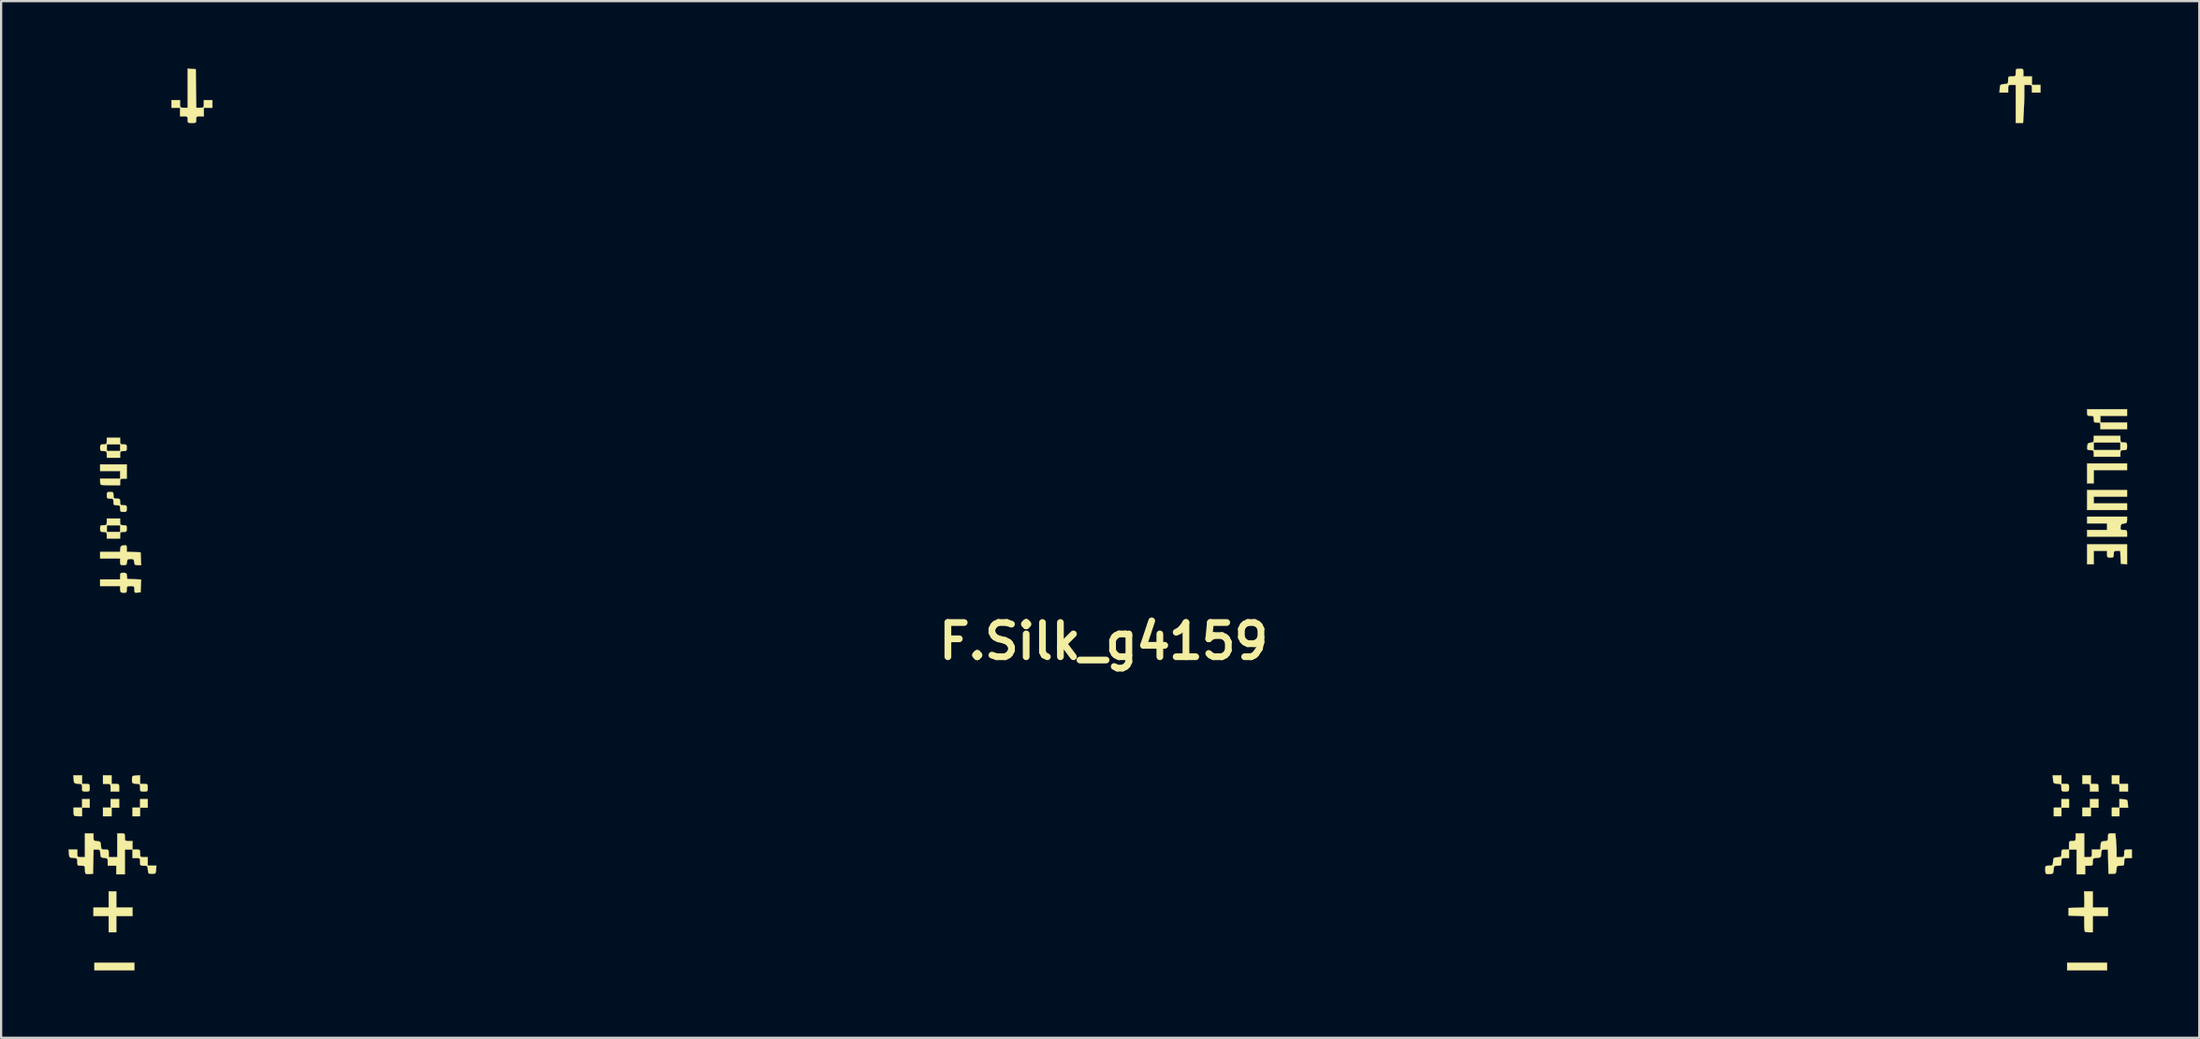
<source format=kicad_pcb>
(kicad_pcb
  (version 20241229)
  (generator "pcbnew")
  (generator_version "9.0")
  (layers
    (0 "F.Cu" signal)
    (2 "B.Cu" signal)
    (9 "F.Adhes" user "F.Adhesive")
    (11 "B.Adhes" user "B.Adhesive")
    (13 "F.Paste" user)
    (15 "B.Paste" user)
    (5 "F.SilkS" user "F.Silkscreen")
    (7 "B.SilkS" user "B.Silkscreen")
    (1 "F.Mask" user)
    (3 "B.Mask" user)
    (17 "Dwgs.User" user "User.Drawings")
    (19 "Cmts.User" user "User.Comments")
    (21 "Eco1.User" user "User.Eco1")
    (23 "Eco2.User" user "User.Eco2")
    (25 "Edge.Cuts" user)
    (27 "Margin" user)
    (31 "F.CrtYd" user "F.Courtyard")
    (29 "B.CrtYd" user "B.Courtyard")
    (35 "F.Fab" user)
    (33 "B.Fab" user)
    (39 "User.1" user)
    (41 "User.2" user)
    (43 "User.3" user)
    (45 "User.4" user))
  (footprint "F.Silk_g4159"
    (layer "F.Cu")
    (at 46.069 25.495)
    (property "Reference" "F.Silk_g4159" (at 0 0 0) (layer "F.SilkS") (effects (font (size 1.524 1.524) (thickness 0.3))))
    (attr through_hole)
    (fp_poly (pts (xy -45.127 7.408) (xy -45.466 7.408) (xy -45.466 7.027) (xy -45.127 7.027) (xy -45.127 7.408)) (stroke (width 0.01) (type solid)) (fill yes) (layer "F.SilkS"))
    (fp_poly (pts (xy -43.138 14.647) (xy -44.916 14.647) (xy -44.916 14.309) (xy -43.138 14.309) (xy -43.138 14.647)) (stroke (width 0.01) (type solid)) (fill yes) (layer "F.SilkS"))
    (fp_poly (pts (xy -42.884 7.789) (xy -43.222 7.789) (xy -43.222 7.408) (xy -42.884 7.408) (xy -42.884 7.789)) (stroke (width 0.01) (type solid)) (fill yes) (layer "F.SilkS"))
    (fp_poly (pts (xy -42.545 7.408) (xy -42.884 7.408) (xy -42.884 7.027) (xy -42.545 7.027) (xy -42.545 7.408)) (stroke (width 0.01) (type solid)) (fill yes) (layer "F.SilkS"))
    (fp_poly (pts (xy 42.63 7.789) (xy 42.291 7.789) (xy 42.291 7.408) (xy 42.63 7.408) (xy 42.63 7.789)) (stroke (width 0.01) (type solid)) (fill yes) (layer "F.SilkS"))
    (fp_poly (pts (xy 42.968 7.408) (xy 42.63 7.408) (xy 42.63 7.027) (xy 42.968 7.027) (xy 42.968 7.408)) (stroke (width 0.01) (type solid)) (fill yes) (layer "F.SilkS"))
    (fp_poly (pts (xy 44.662 14.647) (xy 42.884 14.647) (xy 42.884 14.309) (xy 44.662 14.309) (xy 44.662 14.647)) (stroke (width 0.01) (type solid)) (fill yes) (layer "F.SilkS"))
    (fp_poly (pts (xy 45.212 7.789) (xy 44.873 7.789) (xy 44.873 7.408) (xy 45.212 7.408) (xy 45.212 7.789)) (stroke (width 0.01) (type solid)) (fill yes) (layer "F.SilkS"))
    (fp_poly (pts (xy 45.551 -7.62) (xy 44.069 -7.62) (xy 44.069 -7.027) (xy 43.773 -7.027) (xy 43.773 -7.916) (xy 45.551 -7.916) (xy 45.551 -7.62)) (stroke (width 0.01) (type solid)) (fill yes) (layer "F.SilkS"))
    (fp_poly (pts (xy -43.815 7.408) (xy -44.154 7.408) (xy -44.154 7.789) (xy -44.535 7.789) (xy -44.535 7.408) (xy -44.196 7.408) (xy -44.196 7.027) (xy -43.815 7.027) (xy -43.815 7.408)) (stroke (width 0.01) (type solid)) (fill yes) (layer "F.SilkS"))
    (fp_poly (pts (xy 44.281 7.408) (xy 43.942 7.408) (xy 43.942 7.789) (xy 43.561 7.789) (xy 43.561 7.408) (xy 43.9 7.408) (xy 43.9 7.027) (xy 44.281 7.027) (xy 44.281 7.408)) (stroke (width 0.01) (type solid)) (fill yes) (layer "F.SilkS"))
    (fp_poly (pts (xy 45.392 7.035) (xy 45.505 7.048) (xy 45.559 7.08) (xy 45.579 7.157) (xy 45.585 7.228) (xy 45.598 7.408) (xy 45.212 7.408) (xy 45.212 7.022) (xy 45.392 7.035)) (stroke (width 0.01) (type solid)) (fill yes) (layer "F.SilkS"))
    (fp_poly (pts (xy 45.551 -6.435) (xy 44.069 -6.435) (xy 44.069 -6.138) (xy 45.551 -6.138) (xy 45.551 -5.842) (xy 43.773 -5.842) (xy 43.773 -6.731) (xy 45.551 -6.731) (xy 45.551 -6.435)) (stroke (width 0.01) (type solid)) (fill yes) (layer "F.SilkS"))
    (fp_poly (pts (xy -45.466 7.789) (xy -45.628 7.789) (xy -45.74 7.783) (xy -45.812 7.766) (xy -45.819 7.761) (xy -45.837 7.704) (xy -45.847 7.598) (xy -45.847 7.571) (xy -45.847 7.408) (xy -45.466 7.408) (xy -45.466 7.789)) (stroke (width 0.01) (type solid)) (fill yes) (layer "F.SilkS"))
    (fp_poly (pts (xy -43.942 11.853) (xy -43.222 11.853) (xy -43.222 12.234) (xy -43.942 12.234) (xy -43.942 12.954) (xy -44.281 12.954) (xy -44.281 12.234) (xy -44.958 12.234) (xy -44.958 11.853) (xy -44.281 11.853) (xy -44.281 11.134) (xy -43.942 11.134) (xy -43.942 11.853)) (stroke (width 0.01) (type solid)) (fill yes) (layer "F.SilkS"))
    (fp_poly (pts (xy 45.212 6.35) (xy 45.593 6.35) (xy 45.593 6.689) (xy 45.212 6.689) (xy 45.212 6.519) (xy 45.208 6.411) (xy 45.179 6.363) (xy 45.102 6.35) (xy 45.043 6.35) (xy 44.873 6.35) (xy 44.873 5.969) (xy 45.212 5.969) (xy 45.212 6.35)) (stroke (width 0.01) (type solid)) (fill yes) (layer "F.SilkS"))
    (fp_poly (pts (xy -44.154 6.35) (xy -43.984 6.35) (xy -43.876 6.354) (xy -43.828 6.383) (xy -43.815 6.46) (xy -43.815 6.519) (xy -43.815 6.689) (xy -44.196 6.689) (xy -44.196 6.519) (xy -44.2 6.411) (xy -44.229 6.363) (xy -44.306 6.35) (xy -44.365 6.35) (xy -44.535 6.35) (xy -44.535 5.969) (xy -44.154 5.969) (xy -44.154 6.35)) (stroke (width 0.01) (type solid)) (fill yes) (layer "F.SilkS"))
    (fp_poly (pts (xy 43.942 6.35) (xy 44.111 6.35) (xy 44.22 6.354) (xy 44.268 6.383) (xy 44.28 6.46) (xy 44.281 6.519) (xy 44.281 6.689) (xy 43.9 6.689) (xy 43.9 6.519) (xy 43.896 6.411) (xy 43.867 6.363) (xy 43.79 6.35) (xy 43.73 6.35) (xy 43.561 6.35) (xy 43.561 5.969) (xy 43.942 5.969) (xy 43.942 6.35)) (stroke (width 0.01) (type solid)) (fill yes) (layer "F.SilkS"))
    (fp_poly (pts (xy -43.476 -7.239) (xy -43.624 -7.239) (xy -43.724 -7.232) (xy -43.765 -7.195) (xy -43.773 -7.102) (xy -43.773 -7.091) (xy -43.773 -6.943) (xy -44.189 -6.943) (xy -44.369 -6.945) (xy -44.516 -6.953) (xy -44.61 -6.963) (xy -44.633 -6.971) (xy -44.654 -7.03) (xy -44.662 -7.119) (xy -44.662 -7.239) (xy -43.773 -7.239) (xy -43.773 -7.578) (xy -44.662 -7.578) (xy -44.662 -7.874) (xy -43.476 -7.874) (xy -43.476 -7.239)) (stroke (width 0.01) (type solid)) (fill yes) (layer "F.SilkS"))
    (fp_poly (pts (xy 45.551 -5.4) (xy 45.542 -5.301) (xy 45.501 -5.257) (xy 45.413 -5.241) (xy 45.316 -5.221) (xy 45.274 -5.166) (xy 45.262 -5.091) (xy 45.26 -4.999) (xy 45.291 -4.961) (xy 45.381 -4.953) (xy 45.4 -4.953) (xy 45.5 -4.947) (xy 45.542 -4.911) (xy 45.551 -4.821) (xy 45.551 -4.805) (xy 45.551 -4.657) (xy 43.773 -4.657) (xy 43.773 -4.953) (xy 44.662 -4.953) (xy 44.662 -5.249) (xy 43.773 -5.249) (xy 43.773 -5.546) (xy 45.551 -5.546) (xy 45.551 -5.4)) (stroke (width 0.01) (type solid)) (fill yes) (layer "F.SilkS"))
    (fp_poly (pts (xy -45.466 6.35) (xy -45.297 6.35) (xy -45.188 6.354) (xy -45.14 6.383) (xy -45.128 6.46) (xy -45.127 6.519) (xy -45.131 6.628) (xy -45.16 6.676) (xy -45.237 6.688) (xy -45.297 6.689) (xy -45.405 6.685) (xy -45.453 6.656) (xy -45.466 6.579) (xy -45.466 6.522) (xy -45.47 6.417) (xy -45.498 6.367) (xy -45.574 6.348) (xy -45.646 6.342) (xy -45.759 6.33) (xy -45.813 6.298) (xy -45.833 6.221) (xy -45.839 6.149) (xy -45.852 5.969) (xy -45.466 5.969) (xy -45.466 6.35)) (stroke (width 0.01) (type solid)) (fill yes) (layer "F.SilkS"))
    (fp_poly (pts (xy 42.63 6.35) (xy 42.799 6.35) (xy 42.907 6.354) (xy 42.956 6.383) (xy 42.968 6.46) (xy 42.968 6.519) (xy 42.964 6.628) (xy 42.936 6.676) (xy 42.858 6.688) (xy 42.799 6.689) (xy 42.691 6.685) (xy 42.642 6.656) (xy 42.63 6.579) (xy 42.63 6.522) (xy 42.626 6.417) (xy 42.597 6.367) (xy 42.521 6.348) (xy 42.45 6.342) (xy 42.337 6.33) (xy 42.283 6.298) (xy 42.263 6.221) (xy 42.257 6.149) (xy 42.244 5.969) (xy 42.63 5.969) (xy 42.63 6.35)) (stroke (width 0.01) (type solid)) (fill yes) (layer "F.SilkS"))
    (fp_poly (pts (xy 45.551 -3.424) (xy 45.413 -3.437) (xy 45.276 -3.45) (xy 45.263 -3.736) (xy 45.25 -4.022) (xy 45.104 -4.022) (xy 45.006 -4.015) (xy 44.966 -3.978) (xy 44.958 -3.884) (xy 44.958 -3.873) (xy 44.951 -3.774) (xy 44.914 -3.733) (xy 44.821 -3.725) (xy 44.81 -3.725) (xy 44.711 -3.732) (xy 44.67 -3.769) (xy 44.662 -3.862) (xy 44.662 -3.873) (xy 44.662 -4.022) (xy 44.069 -4.022) (xy 44.069 -3.429) (xy 43.773 -3.429) (xy 43.773 -4.318) (xy 45.551 -4.318) (xy 45.551 -3.424)) (stroke (width 0.01) (type solid)) (fill yes) (layer "F.SilkS"))
    (fp_poly (pts (xy 44.027 11.853) (xy 44.704 11.853) (xy 44.704 12.234) (xy 44.027 12.234) (xy 44.027 12.954) (xy 43.864 12.954) (xy 43.753 12.947) (xy 43.681 12.931) (xy 43.674 12.926) (xy 43.661 12.873) (xy 43.651 12.758) (xy 43.646 12.603) (xy 43.646 12.568) (xy 43.646 12.238) (xy 43.296 12.225) (xy 42.947 12.213) (xy 42.947 11.874) (xy 43.296 11.862) (xy 43.646 11.85) (xy 43.65 11.672) (xy 43.65 11.504) (xy 43.647 11.331) (xy 43.646 11.314) (xy 43.639 11.134) (xy 44.027 11.134) (xy 44.027 11.853)) (stroke (width 0.01) (type solid)) (fill yes) (layer "F.SilkS"))
    (fp_poly (pts (xy 45.551 -10.033) (xy 44.365 -10.033) (xy 44.365 -9.737) (xy 45.551 -9.737) (xy 45.551 -9.44) (xy 44.365 -9.44) (xy 44.365 -9.588) (xy 44.359 -9.688) (xy 44.322 -9.729) (xy 44.228 -9.737) (xy 44.217 -9.737) (xy 44.118 -9.743) (xy 44.077 -9.78) (xy 44.069 -9.874) (xy 44.069 -9.885) (xy 44.062 -9.984) (xy 44.025 -10.025) (xy 43.932 -10.033) (xy 43.921 -10.033) (xy 43.822 -10.04) (xy 43.781 -10.077) (xy 43.773 -10.17) (xy 43.773 -10.181) (xy 43.773 -10.329) (xy 45.551 -10.329) (xy 45.551 -10.033)) (stroke (width 0.01) (type solid)) (fill yes) (layer "F.SilkS"))
    (fp_poly (pts (xy -42.884 6.35) (xy -42.714 6.35) (xy -42.606 6.354) (xy -42.558 6.383) (xy -42.545 6.46) (xy -42.545 6.519) (xy -42.549 6.628) (xy -42.578 6.676) (xy -42.655 6.688) (xy -42.714 6.689) (xy -42.823 6.685) (xy -42.871 6.656) (xy -42.883 6.579) (xy -42.884 6.522) (xy -42.888 6.417) (xy -42.916 6.367) (xy -42.992 6.348) (xy -43.064 6.342) (xy -43.176 6.33) (xy -43.228 6.3) (xy -43.243 6.228) (xy -43.243 6.16) (xy -43.239 6.053) (xy -43.212 6.002) (xy -43.136 5.983) (xy -43.064 5.977) (xy -42.884 5.964) (xy -42.884 6.35)) (stroke (width 0.01) (type solid)) (fill yes) (layer "F.SilkS"))
    (fp_poly (pts (xy -43.484 -4.238) (xy -43.476 -4.147) (xy -43.476 -4.132) (xy -43.476 -3.983) (xy -43.169 -3.971) (xy -42.862 -3.958) (xy -42.85 -3.672) (xy -42.837 -3.387) (xy -42.985 -3.387) (xy -43.085 -3.395) (xy -43.129 -3.435) (xy -43.146 -3.524) (xy -43.163 -3.617) (xy -43.209 -3.655) (xy -43.307 -3.662) (xy -43.408 -3.654) (xy -43.452 -3.614) (xy -43.468 -3.524) (xy -43.486 -3.431) (xy -43.533 -3.393) (xy -43.627 -3.387) (xy -43.725 -3.393) (xy -43.765 -3.431) (xy -43.773 -3.525) (xy -43.773 -3.535) (xy -43.773 -3.683) (xy -44.662 -3.683) (xy -44.662 -3.979) (xy -43.778 -3.979) (xy -43.765 -4.117) (xy -43.744 -4.214) (xy -43.689 -4.256) (xy -43.614 -4.268) (xy -43.522 -4.27) (xy -43.484 -4.238)) (stroke (width 0.01) (type solid)) (fill yes) (layer "F.SilkS"))
    (fp_poly (pts (xy -42.945 9.275) (xy -42.896 9.304) (xy -42.884 9.381) (xy -42.884 9.44) (xy -42.88 9.549) (xy -42.851 9.597) (xy -42.774 9.609) (xy -42.714 9.61) (xy -42.545 9.61) (xy -42.545 9.991) (xy -42.159 9.991) (xy -42.172 10.171) (xy -42.184 10.283) (xy -42.214 10.335) (xy -42.286 10.35) (xy -42.355 10.351) (xy -42.461 10.346) (xy -42.512 10.319) (xy -42.531 10.243) (xy -42.537 10.171) (xy -42.549 10.058) (xy -42.579 10.006) (xy -42.65 9.991) (xy -42.717 9.991) (xy -42.824 9.986) (xy -42.871 9.958) (xy -42.883 9.88) (xy -42.884 9.821) (xy -42.888 9.713) (xy -42.916 9.665) (xy -42.994 9.652) (xy -43.053 9.652) (xy -43.222 9.652) (xy -43.222 9.271) (xy -43.053 9.271) (xy -42.945 9.275)) (stroke (width 0.01) (type solid)) (fill yes) (layer "F.SilkS"))
    (fp_poly (pts (xy -43.528 -3.04) (xy -43.484 -2.999) (xy -43.468 -2.91) (xy -43.455 -2.773) (xy -43.146 -2.76) (xy -42.838 -2.748) (xy -42.85 -2.464) (xy -42.862 -2.18) (xy -43 -2.167) (xy -43.092 -2.164) (xy -43.13 -2.196) (xy -43.138 -2.286) (xy -43.138 -2.304) (xy -43.143 -2.401) (xy -43.174 -2.444) (xy -43.256 -2.455) (xy -43.307 -2.455) (xy -43.415 -2.451) (xy -43.464 -2.423) (xy -43.476 -2.351) (xy -43.476 -2.307) (xy -43.484 -2.207) (xy -43.519 -2.167) (xy -43.596 -2.159) (xy -43.693 -2.168) (xy -43.744 -2.187) (xy -43.765 -2.246) (xy -43.773 -2.335) (xy -43.773 -2.455) (xy -44.662 -2.455) (xy -44.662 -2.752) (xy -43.773 -2.752) (xy -43.773 -2.9) (xy -43.766 -2.999) (xy -43.729 -3.04) (xy -43.637 -3.048) (xy -43.627 -3.048) (xy -43.528 -3.04)) (stroke (width 0.01) (type solid)) (fill yes) (layer "F.SilkS"))
    (fp_poly (pts (xy -40.587 -25.477) (xy -40.407 -25.463) (xy -40.396 -24.606) (xy -40.384 -23.749) (xy -40.216 -23.749) (xy -40.108 -23.753) (xy -40.06 -23.782) (xy -40.048 -23.859) (xy -40.047 -23.918) (xy -40.047 -24.088) (xy -39.666 -24.088) (xy -39.666 -23.749) (xy -40.047 -23.749) (xy -40.047 -23.368) (xy -40.217 -23.368) (xy -40.325 -23.364) (xy -40.373 -23.336) (xy -40.386 -23.264) (xy -40.386 -23.22) (xy -40.39 -23.129) (xy -40.418 -23.086) (xy -40.492 -23.073) (xy -40.577 -23.072) (xy -40.694 -23.075) (xy -40.749 -23.096) (xy -40.766 -23.154) (xy -40.767 -23.22) (xy -40.772 -23.315) (xy -40.804 -23.357) (xy -40.886 -23.368) (xy -40.936 -23.368) (xy -41.106 -23.368) (xy -41.106 -23.749) (xy -41.487 -23.749) (xy -41.487 -24.088) (xy -41.106 -24.088) (xy -41.106 -23.918) (xy -41.102 -23.81) (xy -41.073 -23.762) (xy -40.996 -23.749) (xy -40.936 -23.749) (xy -40.767 -23.749) (xy -40.767 -25.49) (xy -40.587 -25.477)) (stroke (width 0.01) (type solid)) (fill yes) (layer "F.SilkS"))
    (fp_poly (pts (xy -43.773 -8.911) (xy -43.766 -8.812) (xy -43.729 -8.771) (xy -43.636 -8.763) (xy -43.624 -8.763) (xy -43.525 -8.756) (xy -43.484 -8.719) (xy -43.476 -8.626) (xy -43.476 -8.615) (xy -43.483 -8.516) (xy -43.52 -8.475) (xy -43.613 -8.467) (xy -43.624 -8.467) (xy -43.724 -8.46) (xy -43.765 -8.423) (xy -43.773 -8.33) (xy -43.773 -8.319) (xy -43.773 -8.17) (xy -44.365 -8.17) (xy -44.365 -8.319) (xy -44.372 -8.418) (xy -44.409 -8.459) (xy -44.502 -8.467) (xy -44.514 -8.467) (xy -44.613 -8.473) (xy -44.654 -8.51) (xy -44.662 -8.604) (xy -44.662 -8.615) (xy -44.655 -8.714) (xy -44.618 -8.755) (xy -44.525 -8.763) (xy -44.514 -8.763) (xy -44.365 -8.763) (xy -44.365 -8.467) (xy -43.773 -8.467) (xy -43.773 -8.763) (xy -44.365 -8.763) (xy -44.514 -8.763) (xy -44.414 -8.77) (xy -44.373 -8.807) (xy -44.365 -8.9) (xy -44.365 -8.911) (xy -44.365 -9.059) (xy -43.773 -9.059) (xy -43.773 -8.911)) (stroke (width 0.01) (type solid)) (fill yes) (layer "F.SilkS"))
    (fp_poly (pts (xy -43.773 -5.313) (xy -43.766 -5.214) (xy -43.729 -5.173) (xy -43.636 -5.165) (xy -43.624 -5.165) (xy -43.525 -5.158) (xy -43.484 -5.121) (xy -43.476 -5.028) (xy -43.476 -5.016) (xy -43.483 -4.917) (xy -43.52 -4.876) (xy -43.613 -4.868) (xy -43.624 -4.868) (xy -43.724 -4.862) (xy -43.765 -4.825) (xy -43.773 -4.731) (xy -43.773 -4.72) (xy -43.773 -4.572) (xy -44.365 -4.572) (xy -44.365 -4.72) (xy -44.372 -4.819) (xy -44.409 -4.86) (xy -44.502 -4.868) (xy -44.514 -4.868) (xy -44.613 -4.875) (xy -44.654 -4.912) (xy -44.662 -5.005) (xy -44.662 -5.016) (xy -44.655 -5.116) (xy -44.618 -5.157) (xy -44.525 -5.165) (xy -44.514 -5.165) (xy -44.365 -5.165) (xy -44.365 -4.868) (xy -43.773 -4.868) (xy -43.773 -5.165) (xy -44.365 -5.165) (xy -44.514 -5.165) (xy -44.414 -5.171) (xy -44.373 -5.208) (xy -44.365 -5.302) (xy -44.365 -5.313) (xy -44.365 -5.461) (xy -43.773 -5.461) (xy -43.773 -5.313)) (stroke (width 0.01) (type solid)) (fill yes) (layer "F.SilkS"))
    (fp_poly (pts (xy 45.254 -8.996) (xy 45.261 -8.897) (xy 45.298 -8.856) (xy 45.391 -8.848) (xy 45.403 -8.848) (xy 45.497 -8.843) (xy 45.54 -8.811) (xy 45.55 -8.728) (xy 45.551 -8.678) (xy 45.546 -8.57) (xy 45.518 -8.522) (xy 45.446 -8.509) (xy 45.403 -8.509) (xy 45.303 -8.502) (xy 45.262 -8.465) (xy 45.254 -8.372) (xy 45.254 -8.361) (xy 45.254 -8.213) (xy 44.069 -8.213) (xy 44.069 -8.361) (xy 44.063 -8.46) (xy 44.026 -8.5) (xy 43.934 -8.509) (xy 43.918 -8.509) (xy 43.82 -8.514) (xy 43.781 -8.545) (xy 43.778 -8.628) (xy 43.781 -8.668) (xy 43.797 -8.773) (xy 43.838 -8.821) (xy 43.927 -8.839) (xy 43.931 -8.84) (xy 43.973 -8.848) (xy 44.069 -8.848) (xy 44.069 -8.509) (xy 45.254 -8.509) (xy 45.254 -8.848) (xy 44.069 -8.848) (xy 43.973 -8.848) (xy 44.025 -8.857) (xy 44.062 -8.905) (xy 44.069 -8.999) (xy 44.069 -9.144) (xy 45.254 -9.144) (xy 45.254 -8.996)) (stroke (width 0.01) (type solid)) (fill yes) (layer "F.SilkS"))
    (fp_poly (pts (xy 42.968 9.652) (xy 42.799 9.652) (xy 42.691 9.656) (xy 42.642 9.685) (xy 42.63 9.762) (xy 42.63 9.821) (xy 42.626 9.93) (xy 42.597 9.978) (xy 42.52 9.99) (xy 42.463 9.991) (xy 42.358 9.995) (xy 42.308 10.023) (xy 42.289 10.099) (xy 42.283 10.171) (xy 42.27 10.284) (xy 42.238 10.338) (xy 42.167 10.359) (xy 42.12 10.363) (xy 42.012 10.364) (xy 41.944 10.349) (xy 41.94 10.345) (xy 41.921 10.287) (xy 41.91 10.18) (xy 41.91 10.153) (xy 41.915 10.049) (xy 41.944 10.003) (xy 42.025 9.991) (xy 42.077 9.991) (xy 42.182 9.987) (xy 42.232 9.958) (xy 42.251 9.882) (xy 42.257 9.811) (xy 42.269 9.698) (xy 42.301 9.644) (xy 42.378 9.624) (xy 42.45 9.618) (xy 42.562 9.606) (xy 42.614 9.576) (xy 42.629 9.504) (xy 42.63 9.438) (xy 42.634 9.331) (xy 42.663 9.284) (xy 42.741 9.271) (xy 42.799 9.271) (xy 42.968 9.271) (xy 42.968 9.652)) (stroke (width 0.01) (type solid)) (fill yes) (layer "F.SilkS"))
    (fp_poly (pts (xy -44.118 -6.64) (xy -44.077 -6.603) (xy -44.069 -6.509) (xy -44.069 -6.498) (xy -44.062 -6.399) (xy -44.025 -6.358) (xy -43.932 -6.35) (xy -43.921 -6.35) (xy -43.822 -6.343) (xy -43.781 -6.306) (xy -43.773 -6.213) (xy -43.773 -6.202) (xy -43.766 -6.103) (xy -43.729 -6.062) (xy -43.636 -6.054) (xy -43.624 -6.054) (xy -43.525 -6.047) (xy -43.484 -6.01) (xy -43.476 -5.917) (xy -43.476 -5.905) (xy -43.483 -5.806) (xy -43.52 -5.765) (xy -43.613 -5.757) (xy -43.624 -5.757) (xy -43.724 -5.764) (xy -43.765 -5.801) (xy -43.773 -5.894) (xy -43.773 -5.905) (xy -43.779 -6.005) (xy -43.816 -6.046) (xy -43.91 -6.054) (xy -43.921 -6.054) (xy -44.02 -6.06) (xy -44.061 -6.097) (xy -44.069 -6.191) (xy -44.069 -6.202) (xy -44.076 -6.301) (xy -44.113 -6.342) (xy -44.206 -6.35) (xy -44.217 -6.35) (xy -44.316 -6.357) (xy -44.357 -6.394) (xy -44.365 -6.487) (xy -44.365 -6.498) (xy -44.359 -6.597) (xy -44.322 -6.638) (xy -44.228 -6.646) (xy -44.217 -6.646) (xy -44.118 -6.64)) (stroke (width 0.01) (type solid)) (fill yes) (layer "F.SilkS"))
    (fp_poly (pts (xy 40.875 -25.481) (xy 40.924 -25.452) (xy 40.936 -25.375) (xy 40.936 -25.315) (xy 40.936 -25.146) (xy 41.317 -25.146) (xy 41.317 -24.765) (xy 41.698 -24.765) (xy 41.698 -24.426) (xy 41.317 -24.426) (xy 41.317 -24.596) (xy 41.313 -24.704) (xy 41.285 -24.752) (xy 41.207 -24.765) (xy 41.148 -24.765) (xy 40.979 -24.765) (xy 40.978 -24.395) (xy 40.976 -24.187) (xy 40.968 -23.934) (xy 40.958 -23.677) (xy 40.951 -23.548) (xy 40.923 -23.072) (xy 40.598 -23.072) (xy 40.598 -24.765) (xy 40.428 -24.765) (xy 40.32 -24.761) (xy 40.272 -24.732) (xy 40.259 -24.655) (xy 40.259 -24.596) (xy 40.259 -24.426) (xy 39.873 -24.426) (xy 39.886 -24.606) (xy 39.898 -24.719) (xy 39.93 -24.773) (xy 40.007 -24.793) (xy 40.079 -24.799) (xy 40.192 -24.811) (xy 40.244 -24.841) (xy 40.258 -24.913) (xy 40.259 -24.979) (xy 40.263 -25.086) (xy 40.292 -25.133) (xy 40.37 -25.146) (xy 40.428 -25.146) (xy 40.537 -25.15) (xy 40.585 -25.179) (xy 40.597 -25.256) (xy 40.598 -25.315) (xy 40.602 -25.424) (xy 40.63 -25.472) (xy 40.708 -25.484) (xy 40.767 -25.485) (xy 40.875 -25.481)) (stroke (width 0.01) (type solid)) (fill yes) (layer "F.SilkS"))
    (fp_poly (pts (xy -44.958 8.718) (xy -44.953 8.826) (xy -44.922 8.876) (xy -44.842 8.894) (xy -44.799 8.898) (xy -44.699 8.912) (xy -44.651 8.947) (xy -44.633 9.03) (xy -44.627 9.091) (xy -44.615 9.204) (xy -44.586 9.256) (xy -44.514 9.27) (xy -44.448 9.271) (xy -44.341 9.275) (xy -44.293 9.304) (xy -44.281 9.382) (xy -44.281 9.44) (xy -44.281 9.61) (xy -43.9 9.61) (xy -43.9 8.551) (xy -43.73 8.551) (xy -43.622 8.555) (xy -43.574 8.584) (xy -43.561 8.661) (xy -43.561 8.721) (xy -43.557 8.829) (xy -43.528 8.877) (xy -43.451 8.89) (xy -43.392 8.89) (xy -43.222 8.89) (xy -43.222 9.271) (xy -43.561 9.271) (xy -43.561 10.372) (xy -43.942 10.372) (xy -43.942 9.991) (xy -44.323 9.991) (xy -44.323 9.824) (xy -44.328 9.716) (xy -44.359 9.666) (xy -44.439 9.648) (xy -44.482 9.644) (xy -44.582 9.63) (xy -44.63 9.595) (xy -44.648 9.512) (xy -44.654 9.451) (xy -44.666 9.338) (xy -44.696 9.286) (xy -44.763 9.272) (xy -44.811 9.271) (xy -44.955 9.271) (xy -44.979 10.351) (xy -45.129 10.363) (xy -45.237 10.364) (xy -45.305 10.349) (xy -45.309 10.345) (xy -45.328 10.287) (xy -45.339 10.18) (xy -45.339 10.153) (xy -45.343 10.049) (xy -45.373 10.003) (xy -45.452 9.991) (xy -45.508 9.991) (xy -45.617 9.987) (xy -45.665 9.958) (xy -45.677 9.881) (xy -45.678 9.824) (xy -45.682 9.719) (xy -45.71 9.669) (xy -45.786 9.65) (xy -45.858 9.644) (xy -45.971 9.632) (xy -46.024 9.6) (xy -46.045 9.523) (xy -46.051 9.451) (xy -46.064 9.271) (xy -45.678 9.271) (xy -45.678 9.44) (xy -45.674 9.549) (xy -45.645 9.597) (xy -45.568 9.609) (xy -45.508 9.61) (xy -45.339 9.61) (xy -45.339 8.551) (xy -44.958 8.551) (xy -44.958 8.718)) (stroke (width 0.01) (type solid)) (fill yes) (layer "F.SilkS"))
    (fp_poly (pts (xy 42.968 9.081) (xy 42.971 8.963) (xy 42.993 8.908) (xy 43.051 8.891) (xy 43.117 8.89) (xy 43.211 8.885) (xy 43.254 8.853) (xy 43.264 8.771) (xy 43.265 8.721) (xy 43.265 8.551) (xy 43.646 8.551) (xy 43.646 9.61) (xy 43.815 9.61) (xy 43.923 9.606) (xy 43.972 9.577) (xy 43.984 9.5) (xy 43.984 9.44) (xy 43.984 9.271) (xy 44.36 9.271) (xy 44.373 9.091) (xy 44.386 8.978) (xy 44.418 8.924) (xy 44.491 8.903) (xy 44.545 8.898) (xy 44.648 8.884) (xy 44.693 8.848) (xy 44.704 8.763) (xy 44.704 8.718) (xy 44.708 8.611) (xy 44.738 8.564) (xy 44.816 8.552) (xy 44.867 8.551) (xy 45.03 8.551) (xy 45.057 8.837) (xy 45.072 9.033) (xy 45.082 9.24) (xy 45.085 9.366) (xy 45.085 9.61) (xy 45.254 9.61) (xy 45.363 9.606) (xy 45.411 9.577) (xy 45.423 9.5) (xy 45.424 9.44) (xy 45.428 9.332) (xy 45.456 9.284) (xy 45.534 9.271) (xy 45.593 9.271) (xy 45.762 9.271) (xy 45.762 9.652) (xy 45.593 9.652) (xy 45.485 9.656) (xy 45.436 9.685) (xy 45.424 9.762) (xy 45.424 9.821) (xy 45.42 9.93) (xy 45.391 9.978) (xy 45.314 9.99) (xy 45.257 9.991) (xy 45.152 9.995) (xy 45.102 10.023) (xy 45.083 10.099) (xy 45.077 10.171) (xy 45.065 10.283) (xy 45.035 10.335) (xy 44.963 10.35) (xy 44.895 10.351) (xy 44.725 10.351) (xy 44.701 9.271) (xy 44.557 9.271) (xy 44.466 9.276) (xy 44.422 9.308) (xy 44.404 9.391) (xy 44.4 9.451) (xy 44.387 9.564) (xy 44.355 9.618) (xy 44.278 9.638) (xy 44.207 9.644) (xy 44.094 9.656) (xy 44.042 9.686) (xy 44.027 9.757) (xy 44.027 9.824) (xy 44.022 9.931) (xy 43.994 9.978) (xy 43.916 9.99) (xy 43.857 9.991) (xy 43.688 9.991) (xy 43.688 10.372) (xy 43.307 10.372) (xy 43.307 9.271) (xy 42.968 9.271) (xy 42.968 9.081)) (stroke (width 0.01) (type solid)) (fill yes) (layer "F.SilkS")))
  (gr_rect
    (start -3 -3)
    (end 94.836 43.147)
    (stroke (width 0.1) (type default))
    (fill no)
    (layer "Edge.Cuts")))
</source>
